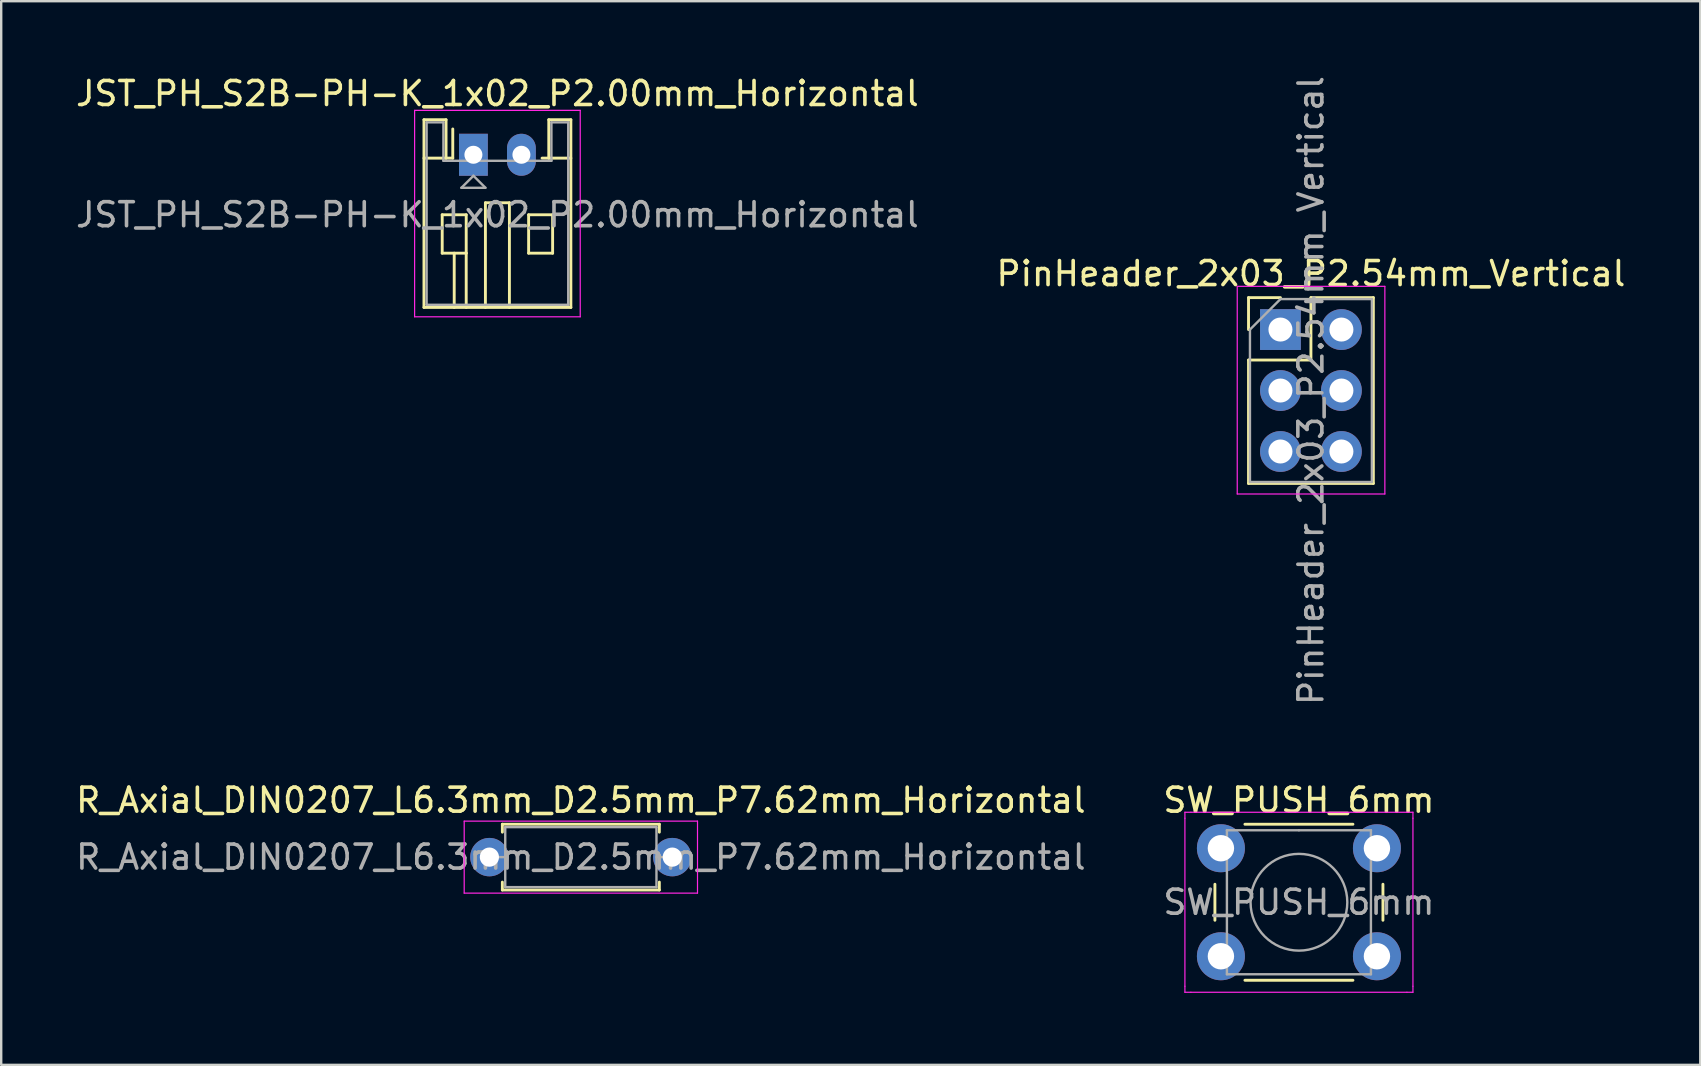
<source format=kicad_pcb>
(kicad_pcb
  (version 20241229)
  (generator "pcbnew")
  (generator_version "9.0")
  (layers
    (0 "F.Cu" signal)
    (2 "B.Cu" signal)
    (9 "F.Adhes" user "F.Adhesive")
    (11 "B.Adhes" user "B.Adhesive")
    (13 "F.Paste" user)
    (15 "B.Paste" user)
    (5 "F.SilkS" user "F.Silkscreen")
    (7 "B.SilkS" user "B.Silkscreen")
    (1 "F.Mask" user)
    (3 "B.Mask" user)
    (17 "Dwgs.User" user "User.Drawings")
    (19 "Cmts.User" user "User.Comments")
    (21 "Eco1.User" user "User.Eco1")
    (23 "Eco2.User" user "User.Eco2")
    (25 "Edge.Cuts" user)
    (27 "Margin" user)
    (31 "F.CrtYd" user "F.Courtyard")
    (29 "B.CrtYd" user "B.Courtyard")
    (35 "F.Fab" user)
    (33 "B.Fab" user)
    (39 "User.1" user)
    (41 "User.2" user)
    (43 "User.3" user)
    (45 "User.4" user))
  (footprint "R_Axial_DIN0207_L6.3mm_D2.5mm_P7.62mm_Horizontal"
    (layer "F.Cu")
    (at 17.339 32.659)
    (property "Reference" "R_Axial_DIN0207_L6.3mm_D2.5mm_P7.62mm_Horizontal" (at 3.81 -2.37 0) (layer "F.SilkS") (effects (font (size 1 1) (thickness 0.15))))
    (attr through_hole)
    (fp_line (start 0.54 -1.37) (end 7.08 -1.37) (stroke (width 0.12) (type solid)) (layer "F.SilkS"))
    (fp_line (start 0.54 -1.04) (end 0.54 -1.37) (stroke (width 0.12) (type solid)) (layer "F.SilkS"))
    (fp_line (start 0.54 1.04) (end 0.54 1.37) (stroke (width 0.12) (type solid)) (layer "F.SilkS"))
    (fp_line (start 0.54 1.37) (end 7.08 1.37) (stroke (width 0.12) (type solid)) (layer "F.SilkS"))
    (fp_line (start 7.08 -1.37) (end 7.08 -1.04) (stroke (width 0.12) (type solid)) (layer "F.SilkS"))
    (fp_line (start 7.08 1.37) (end 7.08 1.04) (stroke (width 0.12) (type solid)) (layer "F.SilkS"))
    (fp_line (start -1.05 -1.5) (end -1.05 1.5) (stroke (width 0.05) (type solid)) (layer "F.CrtYd"))
    (fp_line (start -1.05 1.5) (end 8.67 1.5) (stroke (width 0.05) (type solid)) (layer "F.CrtYd"))
    (fp_line (start 8.67 -1.5) (end -1.05 -1.5) (stroke (width 0.05) (type solid)) (layer "F.CrtYd"))
    (fp_line (start 8.67 1.5) (end 8.67 -1.5) (stroke (width 0.05) (type solid)) (layer "F.CrtYd"))
    (fp_line (start 0 0) (end 0.66 0) (stroke (width 0.1) (type solid)) (layer "F.Fab"))
    (fp_line (start 0.66 -1.25) (end 0.66 1.25) (stroke (width 0.1) (type solid)) (layer "F.Fab"))
    (fp_line (start 0.66 1.25) (end 6.96 1.25) (stroke (width 0.1) (type solid)) (layer "F.Fab"))
    (fp_line (start 6.96 -1.25) (end 0.66 -1.25) (stroke (width 0.1) (type solid)) (layer "F.Fab"))
    (fp_line (start 6.96 1.25) (end 6.96 -1.25) (stroke (width 0.1) (type solid)) (layer "F.Fab"))
    (fp_line (start 7.62 0) (end 6.96 0) (stroke (width 0.1) (type solid)) (layer "F.Fab"))
    (fp_text user "${REFERENCE}" (at 3.81 0 0) (layer "F.Fab") (effects (font (size 1 1) (thickness 0.15))))
    (pad "1" thru_hole circle (at 0 0) (size 1.6 1.6) (drill 0.8) (layers "*.Cu" "*.Mask"))
    (pad "2" thru_hole oval (at 7.62 0) (size 1.6 1.6) (drill 0.8) (layers "*.Cu" "*.Mask")))
  (footprint "SW_PUSH_6mm"
    (layer "F.Cu")
    (at 47.815 32.289)
    (property "Reference" "SW_PUSH_6mm" (at 3.25 -2 0) (layer "F.SilkS") (effects (font (size 1 1) (thickness 0.15))))
    (attr through_hole)
    (fp_line (start -0.25 1.5) (end -0.25 3) (stroke (width 0.12) (type solid)) (layer "F.SilkS"))
    (fp_line (start 1 5.5) (end 5.5 5.5) (stroke (width 0.12) (type solid)) (layer "F.SilkS"))
    (fp_line (start 5.5 -1) (end 1 -1) (stroke (width 0.12) (type solid)) (layer "F.SilkS"))
    (fp_line (start 6.75 3) (end 6.75 1.5) (stroke (width 0.12) (type solid)) (layer "F.SilkS"))
    (fp_line (start -1.5 -1.5) (end -1.25 -1.5) (stroke (width 0.05) (type solid)) (layer "F.CrtYd"))
    (fp_line (start -1.5 -1.25) (end -1.5 -1.5) (stroke (width 0.05) (type solid)) (layer "F.CrtYd"))
    (fp_line (start -1.5 5.75) (end -1.5 -1.25) (stroke (width 0.05) (type solid)) (layer "F.CrtYd"))
    (fp_line (start -1.5 5.75) (end -1.5 6) (stroke (width 0.05) (type solid)) (layer "F.CrtYd"))
    (fp_line (start -1.5 6) (end -1.25 6) (stroke (width 0.05) (type solid)) (layer "F.CrtYd"))
    (fp_line (start -1.25 -1.5) (end 7.75 -1.5) (stroke (width 0.05) (type solid)) (layer "F.CrtYd"))
    (fp_line (start 7.75 -1.5) (end 8 -1.5) (stroke (width 0.05) (type solid)) (layer "F.CrtYd"))
    (fp_line (start 7.75 6) (end -1.25 6) (stroke (width 0.05) (type solid)) (layer "F.CrtYd"))
    (fp_line (start 7.75 6) (end 8 6) (stroke (width 0.05) (type solid)) (layer "F.CrtYd"))
    (fp_line (start 8 -1.5) (end 8 -1.25) (stroke (width 0.05) (type solid)) (layer "F.CrtYd"))
    (fp_line (start 8 -1.25) (end 8 5.75) (stroke (width 0.05) (type solid)) (layer "F.CrtYd"))
    (fp_line (start 8 6) (end 8 5.75) (stroke (width 0.05) (type solid)) (layer "F.CrtYd"))
    (fp_line (start 0.25 -0.75) (end 3.25 -0.75) (stroke (width 0.1) (type solid)) (layer "F.Fab"))
    (fp_line (start 0.25 5.25) (end 0.25 -0.75) (stroke (width 0.1) (type solid)) (layer "F.Fab"))
    (fp_line (start 3.25 -0.75) (end 6.25 -0.75) (stroke (width 0.1) (type solid)) (layer "F.Fab"))
    (fp_line (start 6.25 -0.75) (end 6.25 5.25) (stroke (width 0.1) (type solid)) (layer "F.Fab"))
    (fp_line (start 6.25 5.25) (end 0.25 5.25) (stroke (width 0.1) (type solid)) (layer "F.Fab"))
    (fp_circle (center 3.25 2.25) (end 1.25 2.5) (stroke (width 0.1) (type solid)) (fill no) (layer "F.Fab"))
    (fp_text user "${REFERENCE}" (at 3.25 2.25 0) (layer "F.Fab") (effects (font (size 1 1) (thickness 0.15))))
    (pad "1" thru_hole circle (at 0 0 90) (size 2 2) (drill 1.1) (layers "*.Cu" "*.Mask"))
    (pad "1" thru_hole circle (at 6.5 0 90) (size 2 2) (drill 1.1) (layers "*.Cu" "*.Mask"))
    (pad "2" thru_hole circle (at 0 4.5 90) (size 2 2) (drill 1.1) (layers "*.Cu" "*.Mask"))
    (pad "2" thru_hole circle (at 6.5 4.5 90) (size 2 2) (drill 1.1) (layers "*.Cu" "*.Mask")))
  (footprint "PinHeader_2x03_P2.54mm_Vertical"
    (layer "F.Cu")
    (at 50.295 10.68)
    (property "Reference" "PinHeader_2x03_P2.54mm_Vertical" (at 1.27 -2.33 0) (layer "F.SilkS") (effects (font (size 1 1) (thickness 0.15))))
    (attr through_hole)
    (fp_line (start -1.33 -1.33) (end 0 -1.33) (stroke (width 0.12) (type solid)) (layer "F.SilkS"))
    (fp_line (start -1.33 0) (end -1.33 -1.33) (stroke (width 0.12) (type solid)) (layer "F.SilkS"))
    (fp_line (start -1.33 1.27) (end -1.33 6.41) (stroke (width 0.12) (type solid)) (layer "F.SilkS"))
    (fp_line (start -1.33 1.27) (end 1.27 1.27) (stroke (width 0.12) (type solid)) (layer "F.SilkS"))
    (fp_line (start -1.33 6.41) (end 3.87 6.41) (stroke (width 0.12) (type solid)) (layer "F.SilkS"))
    (fp_line (start 1.27 -1.33) (end 3.87 -1.33) (stroke (width 0.12) (type solid)) (layer "F.SilkS"))
    (fp_line (start 1.27 1.27) (end 1.27 -1.33) (stroke (width 0.12) (type solid)) (layer "F.SilkS"))
    (fp_line (start 3.87 -1.33) (end 3.87 6.41) (stroke (width 0.12) (type solid)) (layer "F.SilkS"))
    (fp_line (start -1.8 -1.8) (end -1.8 6.85) (stroke (width 0.05) (type solid)) (layer "F.CrtYd"))
    (fp_line (start -1.8 6.85) (end 4.35 6.85) (stroke (width 0.05) (type solid)) (layer "F.CrtYd"))
    (fp_line (start 4.35 -1.8) (end -1.8 -1.8) (stroke (width 0.05) (type solid)) (layer "F.CrtYd"))
    (fp_line (start 4.35 6.85) (end 4.35 -1.8) (stroke (width 0.05) (type solid)) (layer "F.CrtYd"))
    (fp_line (start -1.27 0) (end 0 -1.27) (stroke (width 0.1) (type solid)) (layer "F.Fab"))
    (fp_line (start -1.27 6.35) (end -1.27 0) (stroke (width 0.1) (type solid)) (layer "F.Fab"))
    (fp_line (start 0 -1.27) (end 3.81 -1.27) (stroke (width 0.1) (type solid)) (layer "F.Fab"))
    (fp_line (start 3.81 -1.27) (end 3.81 6.35) (stroke (width 0.1) (type solid)) (layer "F.Fab"))
    (fp_line (start 3.81 6.35) (end -1.27 6.35) (stroke (width 0.1) (type solid)) (layer "F.Fab"))
    (fp_text user "${REFERENCE}" (at 1.27 2.54 90) (layer "F.Fab") (effects (font (size 1 1) (thickness 0.15))))
    (pad "1" thru_hole rect (at 0 0) (size 1.7 1.7) (drill 1) (layers "*.Cu" "*.Mask"))
    (pad "2" thru_hole oval (at 2.54 0) (size 1.7 1.7) (drill 1) (layers "*.Cu" "*.Mask"))
    (pad "3" thru_hole oval (at 0 2.54) (size 1.7 1.7) (drill 1) (layers "*.Cu" "*.Mask"))
    (pad "4" thru_hole oval (at 2.54 2.54) (size 1.7 1.7) (drill 1) (layers "*.Cu" "*.Mask"))
    (pad "5" thru_hole oval (at 0 5.08) (size 1.7 1.7) (drill 1) (layers "*.Cu" "*.Mask"))
    (pad "6" thru_hole oval (at 2.54 5.08) (size 1.7 1.7) (drill 1) (layers "*.Cu" "*.Mask")))
  (footprint "JST_PH_S2B-PH-K_1x02_P2.00mm_Horizontal"
    (layer "F.Cu")
    (at 16.673 3.398)
    (property "Reference" "JST_PH_S2B-PH-K_1x02_P2.00mm_Horizontal" (at 1 -2.55 0) (layer "F.SilkS") (effects (font (size 1 1) (thickness 0.15))))
    (attr through_hole)
    (fp_line (start -2.06 -1.46) (end -2.06 6.36) (stroke (width 0.12) (type solid)) (layer "F.SilkS"))
    (fp_line (start -2.06 0.14) (end -1.14 0.14) (stroke (width 0.12) (type solid)) (layer "F.SilkS"))
    (fp_line (start -2.06 6.36) (end 4.06 6.36) (stroke (width 0.12) (type solid)) (layer "F.SilkS"))
    (fp_line (start -1.3 2.5) (end -1.3 4.1) (stroke (width 0.12) (type solid)) (layer "F.SilkS"))
    (fp_line (start -1.3 4.1) (end -0.3 4.1) (stroke (width 0.12) (type solid)) (layer "F.SilkS"))
    (fp_line (start -1.14 -1.46) (end -2.06 -1.46) (stroke (width 0.12) (type solid)) (layer "F.SilkS"))
    (fp_line (start -1.14 0.14) (end -1.14 -1.46) (stroke (width 0.12) (type solid)) (layer "F.SilkS"))
    (fp_line (start -0.86 0.14) (end -1.14 0.14) (stroke (width 0.12) (type solid)) (layer "F.SilkS"))
    (fp_line (start -0.86 0.14) (end -0.86 -1.075) (stroke (width 0.12) (type solid)) (layer "F.SilkS"))
    (fp_line (start -0.8 4.1) (end -0.8 6.36) (stroke (width 0.12) (type solid)) (layer "F.SilkS"))
    (fp_line (start -0.3 2.5) (end -1.3 2.5) (stroke (width 0.12) (type solid)) (layer "F.SilkS"))
    (fp_line (start -0.3 4.1) (end -0.3 2.5) (stroke (width 0.12) (type solid)) (layer "F.SilkS"))
    (fp_line (start -0.3 4.1) (end -0.3 6.36) (stroke (width 0.12) (type solid)) (layer "F.SilkS"))
    (fp_line (start 0.5 2) (end 1.5 2) (stroke (width 0.12) (type solid)) (layer "F.SilkS"))
    (fp_line (start 0.5 6.36) (end 0.5 2) (stroke (width 0.12) (type solid)) (layer "F.SilkS"))
    (fp_line (start 1.5 2) (end 1.5 6.36) (stroke (width 0.12) (type solid)) (layer "F.SilkS"))
    (fp_line (start 2.3 2.5) (end 3.3 2.5) (stroke (width 0.12) (type solid)) (layer "F.SilkS"))
    (fp_line (start 2.3 4.1) (end 2.3 2.5) (stroke (width 0.12) (type solid)) (layer "F.SilkS"))
    (fp_line (start 3.14 -1.46) (end 3.14 0.14) (stroke (width 0.12) (type solid)) (layer "F.SilkS"))
    (fp_line (start 3.14 0.14) (end 2.86 0.14) (stroke (width 0.12) (type solid)) (layer "F.SilkS"))
    (fp_line (start 3.3 2.5) (end 3.3 4.1) (stroke (width 0.12) (type solid)) (layer "F.SilkS"))
    (fp_line (start 3.3 4.1) (end 2.3 4.1) (stroke (width 0.12) (type solid)) (layer "F.SilkS"))
    (fp_line (start 4.06 -1.46) (end 3.14 -1.46) (stroke (width 0.12) (type solid)) (layer "F.SilkS"))
    (fp_line (start 4.06 0.14) (end 3.14 0.14) (stroke (width 0.12) (type solid)) (layer "F.SilkS"))
    (fp_line (start 4.06 6.36) (end 4.06 -1.46) (stroke (width 0.12) (type solid)) (layer "F.SilkS"))
    (fp_line (start -2.45 -1.85) (end -2.45 6.75) (stroke (width 0.05) (type solid)) (layer "F.CrtYd"))
    (fp_line (start -2.45 6.75) (end 4.45 6.75) (stroke (width 0.05) (type solid)) (layer "F.CrtYd"))
    (fp_line (start 4.45 -1.85) (end -2.45 -1.85) (stroke (width 0.05) (type solid)) (layer "F.CrtYd"))
    (fp_line (start 4.45 6.75) (end 4.45 -1.85) (stroke (width 0.05) (type solid)) (layer "F.CrtYd"))
    (fp_line (start -1.95 -1.35) (end -1.95 6.25) (stroke (width 0.1) (type solid)) (layer "F.Fab"))
    (fp_line (start -1.95 6.25) (end 3.95 6.25) (stroke (width 0.1) (type solid)) (layer "F.Fab"))
    (fp_line (start -1.25 -1.35) (end -1.95 -1.35) (stroke (width 0.1) (type solid)) (layer "F.Fab"))
    (fp_line (start -1.25 0.25) (end -1.25 -1.35) (stroke (width 0.1) (type solid)) (layer "F.Fab"))
    (fp_line (start -0.5 1.375) (end 0.5 1.375) (stroke (width 0.1) (type solid)) (layer "F.Fab"))
    (fp_line (start 0 0.875) (end -0.5 1.375) (stroke (width 0.1) (type solid)) (layer "F.Fab"))
    (fp_line (start 0.5 1.375) (end 0 0.875) (stroke (width 0.1) (type solid)) (layer "F.Fab"))
    (fp_line (start 3.25 -1.35) (end 3.25 0.25) (stroke (width 0.1) (type solid)) (layer "F.Fab"))
    (fp_line (start 3.25 0.25) (end -1.25 0.25) (stroke (width 0.1) (type solid)) (layer "F.Fab"))
    (fp_line (start 3.95 -1.35) (end 3.25 -1.35) (stroke (width 0.1) (type solid)) (layer "F.Fab"))
    (fp_line (start 3.95 6.25) (end 3.95 -1.35) (stroke (width 0.1) (type solid)) (layer "F.Fab"))
    (fp_text user "${REFERENCE}" (at 1 2.5 0) (layer "F.Fab") (effects (font (size 1 1) (thickness 0.15))))
    (pad "1" thru_hole rect (at 0 0) (size 1.2 1.75) (drill 0.75) (layers "*.Cu" "*.Mask"))
    (pad "2" thru_hole oval (at 2 0) (size 1.2 1.75) (drill 0.75) (layers "*.Cu" "*.Mask")))
  (gr_rect
    (start -3 -3)
    (end 67.786 41.314)
    (stroke (width 0.1) (type default))
    (fill no)
    (layer "Edge.Cuts")))
</source>
